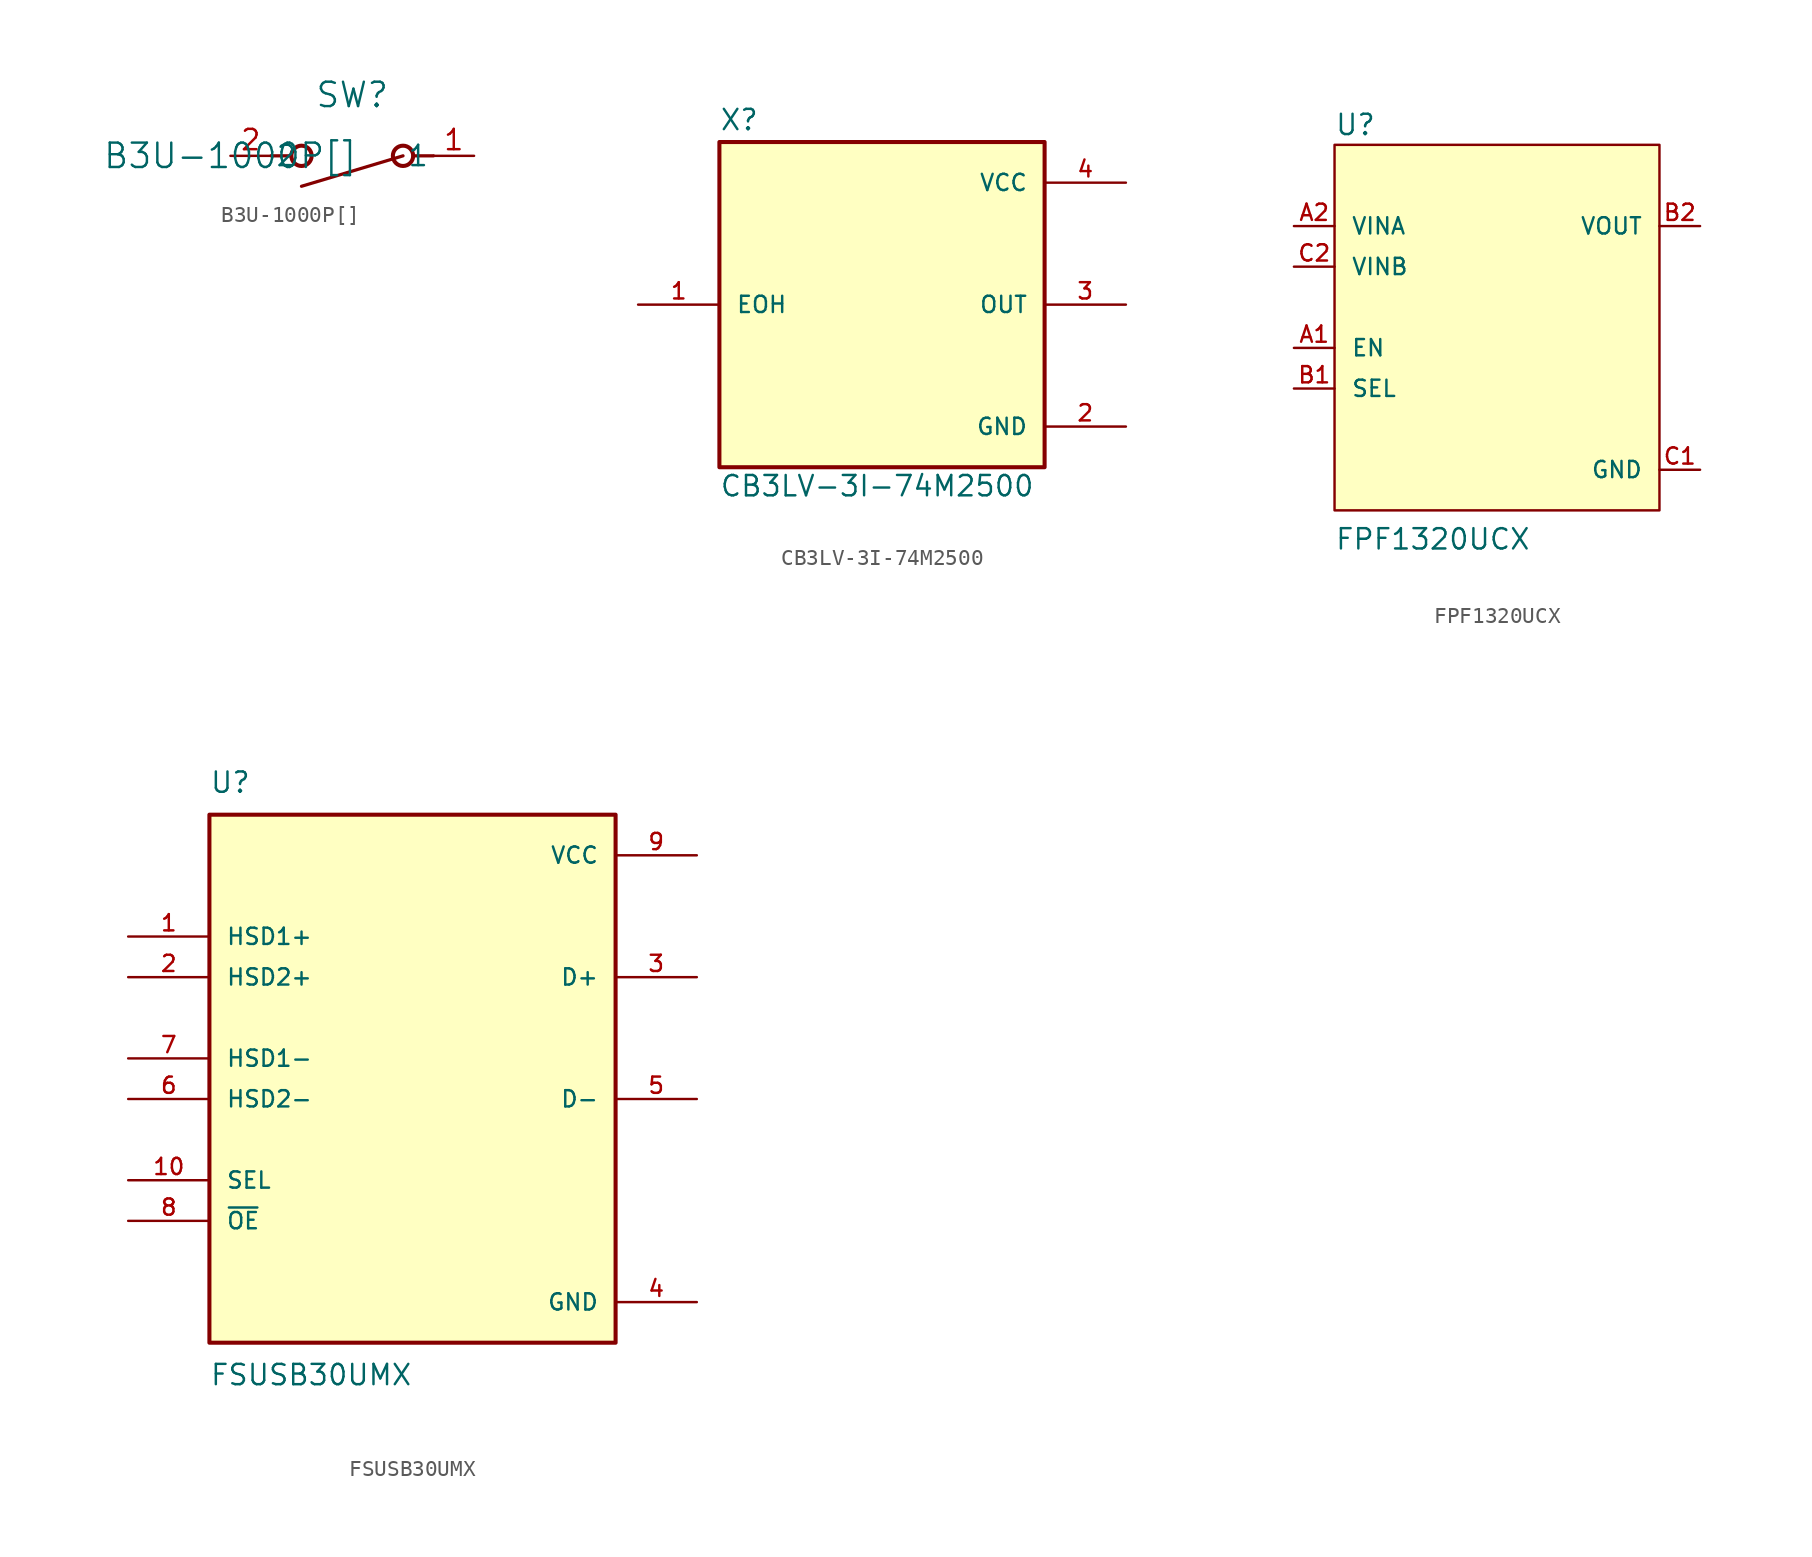
<source format=kicad_sym>
(kicad_symbol_lib
  (version 20220914)
  (generator kicad_symbol_editor)
  (symbol "B3U-1000P[]"
    (pin_names
      (offset 0.254))
    (property "Reference" "SW"
      (at 7.62 3.81 0)
      (effects (font (size 1.524 1.524))))
    (property "Value" "B3U-1000P[]"
      (at 0 0 0)
      (effects (font (size 1.524 1.524))))
    (symbol "B3U-1000P[]_0_1"
      (polyline (pts (xy 2.54 0) (xy 3.81 0)) (stroke (width 0.203) (type default)) (fill (type none)))
      (polyline (pts (xy 4.445 -1.905) (xy 10.795 0)) (stroke (width 0.203) (type default)) (fill (type none)))
      (polyline (pts (xy 12.7 0) (xy 11.43 0)) (stroke (width 0.203) (type default)) (fill (type none)))
      (circle (center 4.445 0) (radius 0.635) (stroke (width 0.254) (type default)) (fill (type none)))
      (circle (center 10.795 0) (radius 0.635) (stroke (width 0.254) (type default)) (fill (type none)))
      (pin unspecified line (at 15.24 0 180) (length 2.54) (name "1" (effects (font (size 1.27 1.27)))) (number "1" (effects (font (size 1.27 1.27)))))
      (pin unspecified line (at 0 0 0) (length 2.54) (name "2" (effects (font (size 1.27 1.27)))) (number "2" (effects (font (size 1.27 1.27)))))))
  (symbol "CB3LV-3I-74M2500"
    (pin_names
      (offset 1.016))
    (property "Reference" "X"
      (at -10.165 10.801 0)
      (effects (font (size 1.27 1.27)) (justify left bottom)))
    (property "Value" "CB3LV-3I-74M2500"
      (at -10.17 -12.077 0)
      (effects (font (size 1.27 1.27)) (justify left bottom)))
    (symbol "CB3LV-3I-74M2500_0_0"
      (rectangle (start -10.16 -10.16) (end 10.16 10.16) (stroke (width 0.254) (type default)) (fill (type background)))
      (pin input line (at -15.24 0 0) (length 5.08) (name "EOH" (effects (font (size 1.016 1.016)))) (number "1" (effects (font (size 1.016 1.016)))))
      (pin passive line (at 15.24 -7.62 180) (length 5.08) (name "GND" (effects (font (size 1.016 1.016)))) (number "2" (effects (font (size 1.016 1.016)))))
      (pin output line (at 15.24 0 180) (length 5.08) (name "OUT" (effects (font (size 1.016 1.016)))) (number "3" (effects (font (size 1.016 1.016)))))
      (pin power_in line (at 15.24 7.62 180) (length 5.08) (name "VCC" (effects (font (size 1.016 1.016)))) (number "4" (effects (font (size 1.016 1.016)))))))
  (symbol "FPF1320UCX"
    (pin_names
      (offset 1.016))
    (property "Reference" "U"
      (at -10.163 10.671 0)
      (effects (font (size 1.27 1.27)) (justify left bottom)))
    (property "Value" "FPF1320UCX"
      (at -10.163 -15.244 0)
      (effects (font (size 1.27 1.27)) (justify left bottom)))
    (symbol "FPF1320UCX_0_0"
      (rectangle (start -10.16 10.16) (end 10.16 -12.7) (stroke (width 0.152) (type default)) (fill (type background)))
      (pin input line (at -12.7 -2.54 0) (length 2.54) (name "EN" (effects (font (size 1.016 1.016)))) (number "A1" (effects (font (size 1.016 1.016)))))
      (pin input line (at -12.7 5.08 0) (length 2.54) (name "VINA" (effects (font (size 1.016 1.016)))) (number "A2" (effects (font (size 1.016 1.016)))))
      (pin input line (at -12.7 -5.08 0) (length 2.54) (name "SEL" (effects (font (size 1.016 1.016)))) (number "B1" (effects (font (size 1.016 1.016)))))
      (pin output line (at 12.7 5.08 180) (length 2.54) (name "VOUT" (effects (font (size 1.016 1.016)))) (number "B2" (effects (font (size 1.016 1.016)))))
      (pin power_in line (at 12.7 -10.16 180) (length 2.54) (name "GND" (effects (font (size 1.016 1.016)))) (number "C1" (effects (font (size 1.016 1.016)))))
      (pin input line (at -12.7 2.54 0) (length 2.54) (name "VINB" (effects (font (size 1.016 1.016)))) (number "C2" (effects (font (size 1.016 1.016)))))))
  (symbol "FSUSB30UMX"
    (pin_names
      (offset 1.016))
    (property "Reference" "U"
      (at -12.7 16.51 0)
      (effects (font (size 1.27 1.27)) (justify left bottom)))
    (property "Value" "FSUSB30UMX"
      (at -12.7 -19.05 0)
      (effects (font (size 1.27 1.27)) (justify left top)))
    (symbol "FSUSB30UMX_0_0"
      (rectangle (start -12.7 15.24) (end 12.7 -17.78) (stroke (width 0.254) (type default)) (fill (type background)))
      (pin bidirectional line (at -17.78 7.62 0) (length 5.08) (name "HSD1+" (effects (font (size 1.016 1.016)))) (number "1" (effects (font (size 1.016 1.016)))))
      (pin input line (at -17.78 -7.62 0) (length 5.08) (name "SEL" (effects (font (size 1.016 1.016)))) (number "10" (effects (font (size 1.016 1.016)))))
      (pin bidirectional line (at -17.78 5.08 0) (length 5.08) (name "HSD2+" (effects (font (size 1.016 1.016)))) (number "2" (effects (font (size 1.016 1.016)))))
      (pin bidirectional line (at 17.78 5.08 180) (length 5.08) (name "D+" (effects (font (size 1.016 1.016)))) (number "3" (effects (font (size 1.016 1.016)))))
      (pin power_in line (at 17.78 -15.24 180) (length 5.08) (name "GND" (effects (font (size 1.016 1.016)))) (number "4" (effects (font (size 1.016 1.016)))))
      (pin bidirectional line (at 17.78 -2.54 180) (length 5.08) (name "D-" (effects (font (size 1.016 1.016)))) (number "5" (effects (font (size 1.016 1.016)))))
      (pin bidirectional line (at -17.78 -2.54 0) (length 5.08) (name "HSD2-" (effects (font (size 1.016 1.016)))) (number "6" (effects (font (size 1.016 1.016)))))
      (pin bidirectional line (at -17.78 0 0) (length 5.08) (name "HSD1-" (effects (font (size 1.016 1.016)))) (number "7" (effects (font (size 1.016 1.016)))))
      (pin input line (at -17.78 -10.16 0) (length 5.08) (name "~{OE}" (effects (font (size 1.016 1.016)))) (number "8" (effects (font (size 1.016 1.016)))))
      (pin power_in line (at 17.78 12.7 180) (length 5.08) (name "VCC" (effects (font (size 1.016 1.016)))) (number "9" (effects (font (size 1.016 1.016))))))))
</source>
